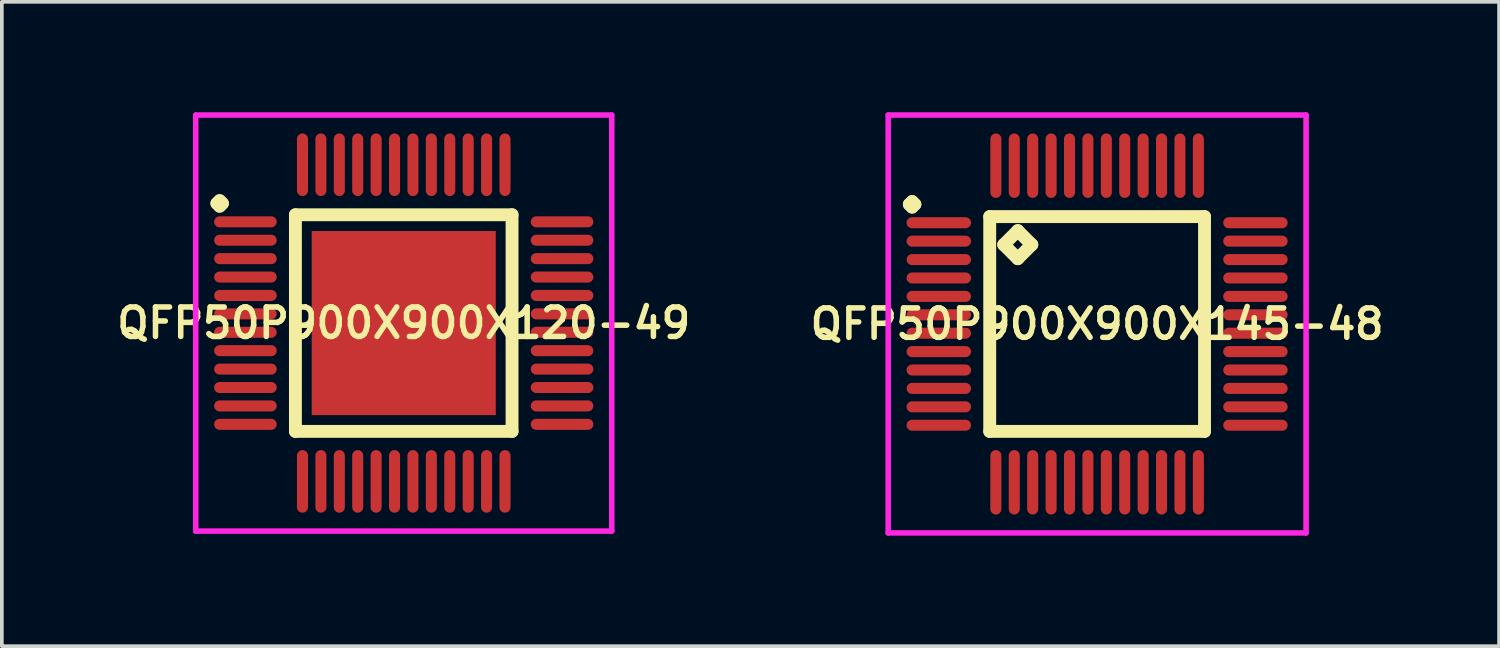
<source format=kicad_pcb>
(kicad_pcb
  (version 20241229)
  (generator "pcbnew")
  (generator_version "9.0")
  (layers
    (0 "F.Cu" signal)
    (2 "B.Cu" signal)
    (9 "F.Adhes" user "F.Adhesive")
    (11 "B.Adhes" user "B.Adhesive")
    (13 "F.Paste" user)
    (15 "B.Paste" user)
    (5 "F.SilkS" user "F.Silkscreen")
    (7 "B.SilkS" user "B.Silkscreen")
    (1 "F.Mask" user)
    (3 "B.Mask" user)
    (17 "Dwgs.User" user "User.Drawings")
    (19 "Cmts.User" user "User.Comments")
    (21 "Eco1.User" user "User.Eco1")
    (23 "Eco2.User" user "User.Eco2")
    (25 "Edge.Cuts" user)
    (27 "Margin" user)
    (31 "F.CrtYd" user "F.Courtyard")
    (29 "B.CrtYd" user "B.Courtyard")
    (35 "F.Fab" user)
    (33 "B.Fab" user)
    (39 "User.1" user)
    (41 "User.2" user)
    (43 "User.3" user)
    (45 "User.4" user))
  (footprint "QFP50P900X900X120-49"
    (layer "F.Cu")
    (at 7.916 5.725)
    (property "Reference" "QFP50P900X900X120-49" (at 0 0 0) (layer "F.SilkS") (effects (font (size 0.8 0.8) (thickness 0.15))))
    (attr smd)
    (fp_line (start -5.075 -3.25) (end -5 -3.325) (stroke (width 0.35) (type solid)) (layer "F.SilkS"))
    (fp_line (start -5 -3.325) (end -4.925 -3.25) (stroke (width 0.35) (type solid)) (layer "F.SilkS"))
    (fp_line (start -5 -3.175) (end -5.075 -3.25) (stroke (width 0.35) (type solid)) (layer "F.SilkS"))
    (fp_line (start -4.925 -3.25) (end -5 -3.175) (stroke (width 0.35) (type solid)) (layer "F.SilkS"))
    (fp_line (start -2.942 -2.942) (end -2.942 2.942) (stroke (width 0.35) (type solid)) (layer "F.SilkS"))
    (fp_line (start -2.942 2.942) (end 2.942 2.942) (stroke (width 0.35) (type solid)) (layer "F.SilkS"))
    (fp_line (start 2.942 -2.942) (end -2.942 -2.942) (stroke (width 0.35) (type solid)) (layer "F.SilkS"))
    (fp_line (start 2.942 2.942) (end 2.942 -2.942) (stroke (width 0.35) (type solid)) (layer "F.SilkS"))
    (fp_line (start -5.65 -5.65) (end 5.65 -5.65) (stroke (width 0.15) (type solid)) (layer "F.CrtYd"))
    (fp_line (start -5.65 5.65) (end -5.65 -5.65) (stroke (width 0.15) (type solid)) (layer "F.CrtYd"))
    (fp_line (start 5.65 -5.65) (end 5.65 5.65) (stroke (width 0.15) (type solid)) (layer "F.CrtYd"))
    (fp_line (start 5.65 5.65) (end -5.65 5.65) (stroke (width 0.15) (type solid)) (layer "F.CrtYd"))
    (pad "1" smd oval (at -4.3 -2.75) (size 1.7 0.3) (layers "F.Cu" "F.Mask" "F.Paste"))
    (pad "2" smd oval (at -4.3 -2.25) (size 1.7 0.3) (layers "F.Cu" "F.Mask" "F.Paste"))
    (pad "3" smd oval (at -4.3 -1.75) (size 1.7 0.3) (layers "F.Cu" "F.Mask" "F.Paste"))
    (pad "4" smd oval (at -4.3 -1.25) (size 1.7 0.3) (layers "F.Cu" "F.Mask" "F.Paste"))
    (pad "5" smd oval (at -4.3 -0.75) (size 1.7 0.3) (layers "F.Cu" "F.Mask" "F.Paste"))
    (pad "6" smd oval (at -4.3 -0.25) (size 1.7 0.3) (layers "F.Cu" "F.Mask" "F.Paste"))
    (pad "7" smd oval (at -4.3 0.25) (size 1.7 0.3) (layers "F.Cu" "F.Mask" "F.Paste"))
    (pad "8" smd oval (at -4.3 0.75) (size 1.7 0.3) (layers "F.Cu" "F.Mask" "F.Paste"))
    (pad "9" smd oval (at -4.3 1.25) (size 1.7 0.3) (layers "F.Cu" "F.Mask" "F.Paste"))
    (pad "10" smd oval (at -4.3 1.75) (size 1.7 0.3) (layers "F.Cu" "F.Mask" "F.Paste"))
    (pad "11" smd oval (at -4.3 2.25) (size 1.7 0.3) (layers "F.Cu" "F.Mask" "F.Paste"))
    (pad "12" smd oval (at -4.3 2.75) (size 1.7 0.3) (layers "F.Cu" "F.Mask" "F.Paste"))
    (pad "13" smd oval (at -2.75 4.3) (size 0.3 1.7) (layers "F.Cu" "F.Mask" "F.Paste"))
    (pad "14" smd oval (at -2.25 4.3) (size 0.3 1.7) (layers "F.Cu" "F.Mask" "F.Paste"))
    (pad "15" smd oval (at -1.75 4.3) (size 0.3 1.7) (layers "F.Cu" "F.Mask" "F.Paste"))
    (pad "16" smd oval (at -1.25 4.3) (size 0.3 1.7) (layers "F.Cu" "F.Mask" "F.Paste"))
    (pad "17" smd oval (at -0.75 4.3) (size 0.3 1.7) (layers "F.Cu" "F.Mask" "F.Paste"))
    (pad "18" smd oval (at -0.25 4.3) (size 0.3 1.7) (layers "F.Cu" "F.Mask" "F.Paste"))
    (pad "19" smd oval (at 0.25 4.3) (size 0.3 1.7) (layers "F.Cu" "F.Mask" "F.Paste"))
    (pad "20" smd oval (at 0.75 4.3) (size 0.3 1.7) (layers "F.Cu" "F.Mask" "F.Paste"))
    (pad "21" smd oval (at 1.25 4.3) (size 0.3 1.7) (layers "F.Cu" "F.Mask" "F.Paste"))
    (pad "22" smd oval (at 1.75 4.3) (size 0.3 1.7) (layers "F.Cu" "F.Mask" "F.Paste"))
    (pad "23" smd oval (at 2.25 4.3) (size 0.3 1.7) (layers "F.Cu" "F.Mask" "F.Paste"))
    (pad "24" smd oval (at 2.75 4.3) (size 0.3 1.7) (layers "F.Cu" "F.Mask" "F.Paste"))
    (pad "25" smd oval (at 4.3 2.75) (size 1.7 0.3) (layers "F.Cu" "F.Mask" "F.Paste"))
    (pad "26" smd oval (at 4.3 2.25) (size 1.7 0.3) (layers "F.Cu" "F.Mask" "F.Paste"))
    (pad "27" smd oval (at 4.3 1.75) (size 1.7 0.3) (layers "F.Cu" "F.Mask" "F.Paste"))
    (pad "28" smd oval (at 4.3 1.25) (size 1.7 0.3) (layers "F.Cu" "F.Mask" "F.Paste"))
    (pad "29" smd oval (at 4.3 0.75) (size 1.7 0.3) (layers "F.Cu" "F.Mask" "F.Paste"))
    (pad "30" smd oval (at 4.3 0.25) (size 1.7 0.3) (layers "F.Cu" "F.Mask" "F.Paste"))
    (pad "31" smd oval (at 4.3 -0.25) (size 1.7 0.3) (layers "F.Cu" "F.Mask" "F.Paste"))
    (pad "32" smd oval (at 4.3 -0.75) (size 1.7 0.3) (layers "F.Cu" "F.Mask" "F.Paste"))
    (pad "33" smd oval (at 4.3 -1.25) (size 1.7 0.3) (layers "F.Cu" "F.Mask" "F.Paste"))
    (pad "34" smd oval (at 4.3 -1.75) (size 1.7 0.3) (layers "F.Cu" "F.Mask" "F.Paste"))
    (pad "35" smd oval (at 4.3 -2.25) (size 1.7 0.3) (layers "F.Cu" "F.Mask" "F.Paste"))
    (pad "36" smd oval (at 4.3 -2.75) (size 1.7 0.3) (layers "F.Cu" "F.Mask" "F.Paste"))
    (pad "37" smd oval (at 2.75 -4.3) (size 0.3 1.7) (layers "F.Cu" "F.Mask" "F.Paste"))
    (pad "38" smd oval (at 2.25 -4.3) (size 0.3 1.7) (layers "F.Cu" "F.Mask" "F.Paste"))
    (pad "39" smd oval (at 1.75 -4.3) (size 0.3 1.7) (layers "F.Cu" "F.Mask" "F.Paste"))
    (pad "40" smd oval (at 1.25 -4.3) (size 0.3 1.7) (layers "F.Cu" "F.Mask" "F.Paste"))
    (pad "41" smd oval (at 0.75 -4.3) (size 0.3 1.7) (layers "F.Cu" "F.Mask" "F.Paste"))
    (pad "42" smd oval (at 0.25 -4.3) (size 0.3 1.7) (layers "F.Cu" "F.Mask" "F.Paste"))
    (pad "43" smd oval (at -0.25 -4.3) (size 0.3 1.7) (layers "F.Cu" "F.Mask" "F.Paste"))
    (pad "44" smd oval (at -0.75 -4.3) (size 0.3 1.7) (layers "F.Cu" "F.Mask" "F.Paste"))
    (pad "45" smd oval (at -1.25 -4.3) (size 0.3 1.7) (layers "F.Cu" "F.Mask" "F.Paste"))
    (pad "46" smd oval (at -1.75 -4.3) (size 0.3 1.7) (layers "F.Cu" "F.Mask" "F.Paste"))
    (pad "47" smd oval (at -2.25 -4.3) (size 0.3 1.7) (layers "F.Cu" "F.Mask" "F.Paste"))
    (pad "48" smd oval (at -2.75 -4.3) (size 0.3 1.7) (layers "F.Cu" "F.Mask" "F.Paste"))
    (pad "49" smd rect (at 0 0) (size 5 5) (layers "F.Cu" "F.Mask" "F.Paste")))
  (footprint "QFP50P900X900X145-48"
    (layer "F.Cu")
    (at 26.749 5.75)
    (property "Reference" "QFP50P900X900X145-48" (at 0 0 0) (layer "F.SilkS") (effects (font (size 0.8 0.8) (thickness 0.15))))
    (attr smd)
    (fp_line (start -5.1 -3.25) (end -5.025 -3.325) (stroke (width 0.35) (type solid)) (layer "F.SilkS"))
    (fp_line (start -5.025 -3.325) (end -4.95 -3.25) (stroke (width 0.35) (type solid)) (layer "F.SilkS"))
    (fp_line (start -5.025 -3.175) (end -5.1 -3.25) (stroke (width 0.35) (type solid)) (layer "F.SilkS"))
    (fp_line (start -4.95 -3.25) (end -5.025 -3.175) (stroke (width 0.35) (type solid)) (layer "F.SilkS"))
    (fp_line (start -2.917 -2.917) (end -2.917 2.917) (stroke (width 0.35) (type solid)) (layer "F.SilkS"))
    (fp_line (start -2.917 2.917) (end 2.917 2.917) (stroke (width 0.35) (type solid)) (layer "F.SilkS"))
    (fp_line (start -2.536 -2.155) (end -2.155 -2.536) (stroke (width 0.35) (type solid)) (layer "F.SilkS"))
    (fp_line (start -2.155 -2.536) (end -1.774 -2.155) (stroke (width 0.35) (type solid)) (layer "F.SilkS"))
    (fp_line (start -2.155 -1.774) (end -2.536 -2.155) (stroke (width 0.35) (type solid)) (layer "F.SilkS"))
    (fp_line (start -1.774 -2.155) (end -2.155 -1.774) (stroke (width 0.35) (type solid)) (layer "F.SilkS"))
    (fp_line (start 2.917 -2.917) (end -2.917 -2.917) (stroke (width 0.35) (type solid)) (layer "F.SilkS"))
    (fp_line (start 2.917 2.917) (end 2.917 -2.917) (stroke (width 0.35) (type solid)) (layer "F.SilkS"))
    (fp_line (start -5.675 -5.675) (end 5.675 -5.675) (stroke (width 0.15) (type solid)) (layer "F.CrtYd"))
    (fp_line (start -5.675 5.675) (end -5.675 -5.675) (stroke (width 0.15) (type solid)) (layer "F.CrtYd"))
    (fp_line (start 5.675 -5.675) (end 5.675 5.675) (stroke (width 0.15) (type solid)) (layer "F.CrtYd"))
    (fp_line (start 5.675 5.675) (end -5.675 5.675) (stroke (width 0.15) (type solid)) (layer "F.CrtYd"))
    (pad "1" smd oval (at -4.3 -2.75) (size 1.75 0.3) (layers "F.Cu" "F.Mask" "F.Paste"))
    (pad "2" smd oval (at -4.3 -2.25) (size 1.75 0.3) (layers "F.Cu" "F.Mask" "F.Paste"))
    (pad "3" smd oval (at -4.3 -1.75) (size 1.75 0.3) (layers "F.Cu" "F.Mask" "F.Paste"))
    (pad "4" smd oval (at -4.3 -1.25) (size 1.75 0.3) (layers "F.Cu" "F.Mask" "F.Paste"))
    (pad "5" smd oval (at -4.3 -0.75) (size 1.75 0.3) (layers "F.Cu" "F.Mask" "F.Paste"))
    (pad "6" smd oval (at -4.3 -0.25) (size 1.75 0.3) (layers "F.Cu" "F.Mask" "F.Paste"))
    (pad "7" smd oval (at -4.3 0.25) (size 1.75 0.3) (layers "F.Cu" "F.Mask" "F.Paste"))
    (pad "8" smd oval (at -4.3 0.75) (size 1.75 0.3) (layers "F.Cu" "F.Mask" "F.Paste"))
    (pad "9" smd oval (at -4.3 1.25) (size 1.75 0.3) (layers "F.Cu" "F.Mask" "F.Paste"))
    (pad "10" smd oval (at -4.3 1.75) (size 1.75 0.3) (layers "F.Cu" "F.Mask" "F.Paste"))
    (pad "11" smd oval (at -4.3 2.25) (size 1.75 0.3) (layers "F.Cu" "F.Mask" "F.Paste"))
    (pad "12" smd oval (at -4.3 2.75) (size 1.75 0.3) (layers "F.Cu" "F.Mask" "F.Paste"))
    (pad "13" smd oval (at -2.75 4.3) (size 0.3 1.75) (layers "F.Cu" "F.Mask" "F.Paste"))
    (pad "14" smd oval (at -2.25 4.3) (size 0.3 1.75) (layers "F.Cu" "F.Mask" "F.Paste"))
    (pad "15" smd oval (at -1.75 4.3) (size 0.3 1.75) (layers "F.Cu" "F.Mask" "F.Paste"))
    (pad "16" smd oval (at -1.25 4.3) (size 0.3 1.75) (layers "F.Cu" "F.Mask" "F.Paste"))
    (pad "17" smd oval (at -0.75 4.3) (size 0.3 1.75) (layers "F.Cu" "F.Mask" "F.Paste"))
    (pad "18" smd oval (at -0.25 4.3) (size 0.3 1.75) (layers "F.Cu" "F.Mask" "F.Paste"))
    (pad "19" smd oval (at 0.25 4.3) (size 0.3 1.75) (layers "F.Cu" "F.Mask" "F.Paste"))
    (pad "20" smd oval (at 0.75 4.3) (size 0.3 1.75) (layers "F.Cu" "F.Mask" "F.Paste"))
    (pad "21" smd oval (at 1.25 4.3) (size 0.3 1.75) (layers "F.Cu" "F.Mask" "F.Paste"))
    (pad "22" smd oval (at 1.75 4.3) (size 0.3 1.75) (layers "F.Cu" "F.Mask" "F.Paste"))
    (pad "23" smd oval (at 2.25 4.3) (size 0.3 1.75) (layers "F.Cu" "F.Mask" "F.Paste"))
    (pad "24" smd oval (at 2.75 4.3) (size 0.3 1.75) (layers "F.Cu" "F.Mask" "F.Paste"))
    (pad "25" smd oval (at 4.3 2.75) (size 1.75 0.3) (layers "F.Cu" "F.Mask" "F.Paste"))
    (pad "26" smd oval (at 4.3 2.25) (size 1.75 0.3) (layers "F.Cu" "F.Mask" "F.Paste"))
    (pad "27" smd oval (at 4.3 1.75) (size 1.75 0.3) (layers "F.Cu" "F.Mask" "F.Paste"))
    (pad "28" smd oval (at 4.3 1.25) (size 1.75 0.3) (layers "F.Cu" "F.Mask" "F.Paste"))
    (pad "29" smd oval (at 4.3 0.75) (size 1.75 0.3) (layers "F.Cu" "F.Mask" "F.Paste"))
    (pad "30" smd oval (at 4.3 0.25) (size 1.75 0.3) (layers "F.Cu" "F.Mask" "F.Paste"))
    (pad "31" smd oval (at 4.3 -0.25) (size 1.75 0.3) (layers "F.Cu" "F.Mask" "F.Paste"))
    (pad "32" smd oval (at 4.3 -0.75) (size 1.75 0.3) (layers "F.Cu" "F.Mask" "F.Paste"))
    (pad "33" smd oval (at 4.3 -1.25) (size 1.75 0.3) (layers "F.Cu" "F.Mask" "F.Paste"))
    (pad "34" smd oval (at 4.3 -1.75) (size 1.75 0.3) (layers "F.Cu" "F.Mask" "F.Paste"))
    (pad "35" smd oval (at 4.3 -2.25) (size 1.75 0.3) (layers "F.Cu" "F.Mask" "F.Paste"))
    (pad "36" smd oval (at 4.3 -2.75) (size 1.75 0.3) (layers "F.Cu" "F.Mask" "F.Paste"))
    (pad "37" smd oval (at 2.75 -4.3) (size 0.3 1.75) (layers "F.Cu" "F.Mask" "F.Paste"))
    (pad "38" smd oval (at 2.25 -4.3) (size 0.3 1.75) (layers "F.Cu" "F.Mask" "F.Paste"))
    (pad "39" smd oval (at 1.75 -4.3) (size 0.3 1.75) (layers "F.Cu" "F.Mask" "F.Paste"))
    (pad "40" smd oval (at 1.25 -4.3) (size 0.3 1.75) (layers "F.Cu" "F.Mask" "F.Paste"))
    (pad "41" smd oval (at 0.75 -4.3) (size 0.3 1.75) (layers "F.Cu" "F.Mask" "F.Paste"))
    (pad "42" smd oval (at 0.25 -4.3) (size 0.3 1.75) (layers "F.Cu" "F.Mask" "F.Paste"))
    (pad "43" smd oval (at -0.25 -4.3) (size 0.3 1.75) (layers "F.Cu" "F.Mask" "F.Paste"))
    (pad "44" smd oval (at -0.75 -4.3) (size 0.3 1.75) (layers "F.Cu" "F.Mask" "F.Paste"))
    (pad "45" smd oval (at -1.25 -4.3) (size 0.3 1.75) (layers "F.Cu" "F.Mask" "F.Paste"))
    (pad "46" smd oval (at -1.75 -4.3) (size 0.3 1.75) (layers "F.Cu" "F.Mask" "F.Paste"))
    (pad "47" smd oval (at -2.25 -4.3) (size 0.3 1.75) (layers "F.Cu" "F.Mask" "F.Paste"))
    (pad "48" smd oval (at -2.75 -4.3) (size 0.3 1.75) (layers "F.Cu" "F.Mask" "F.Paste")))
  (gr_rect
    (start -3 -3)
    (end 37.666 14.5)
    (stroke (width 0.1) (type default))
    (fill no)
    (layer "Edge.Cuts")))
</source>
